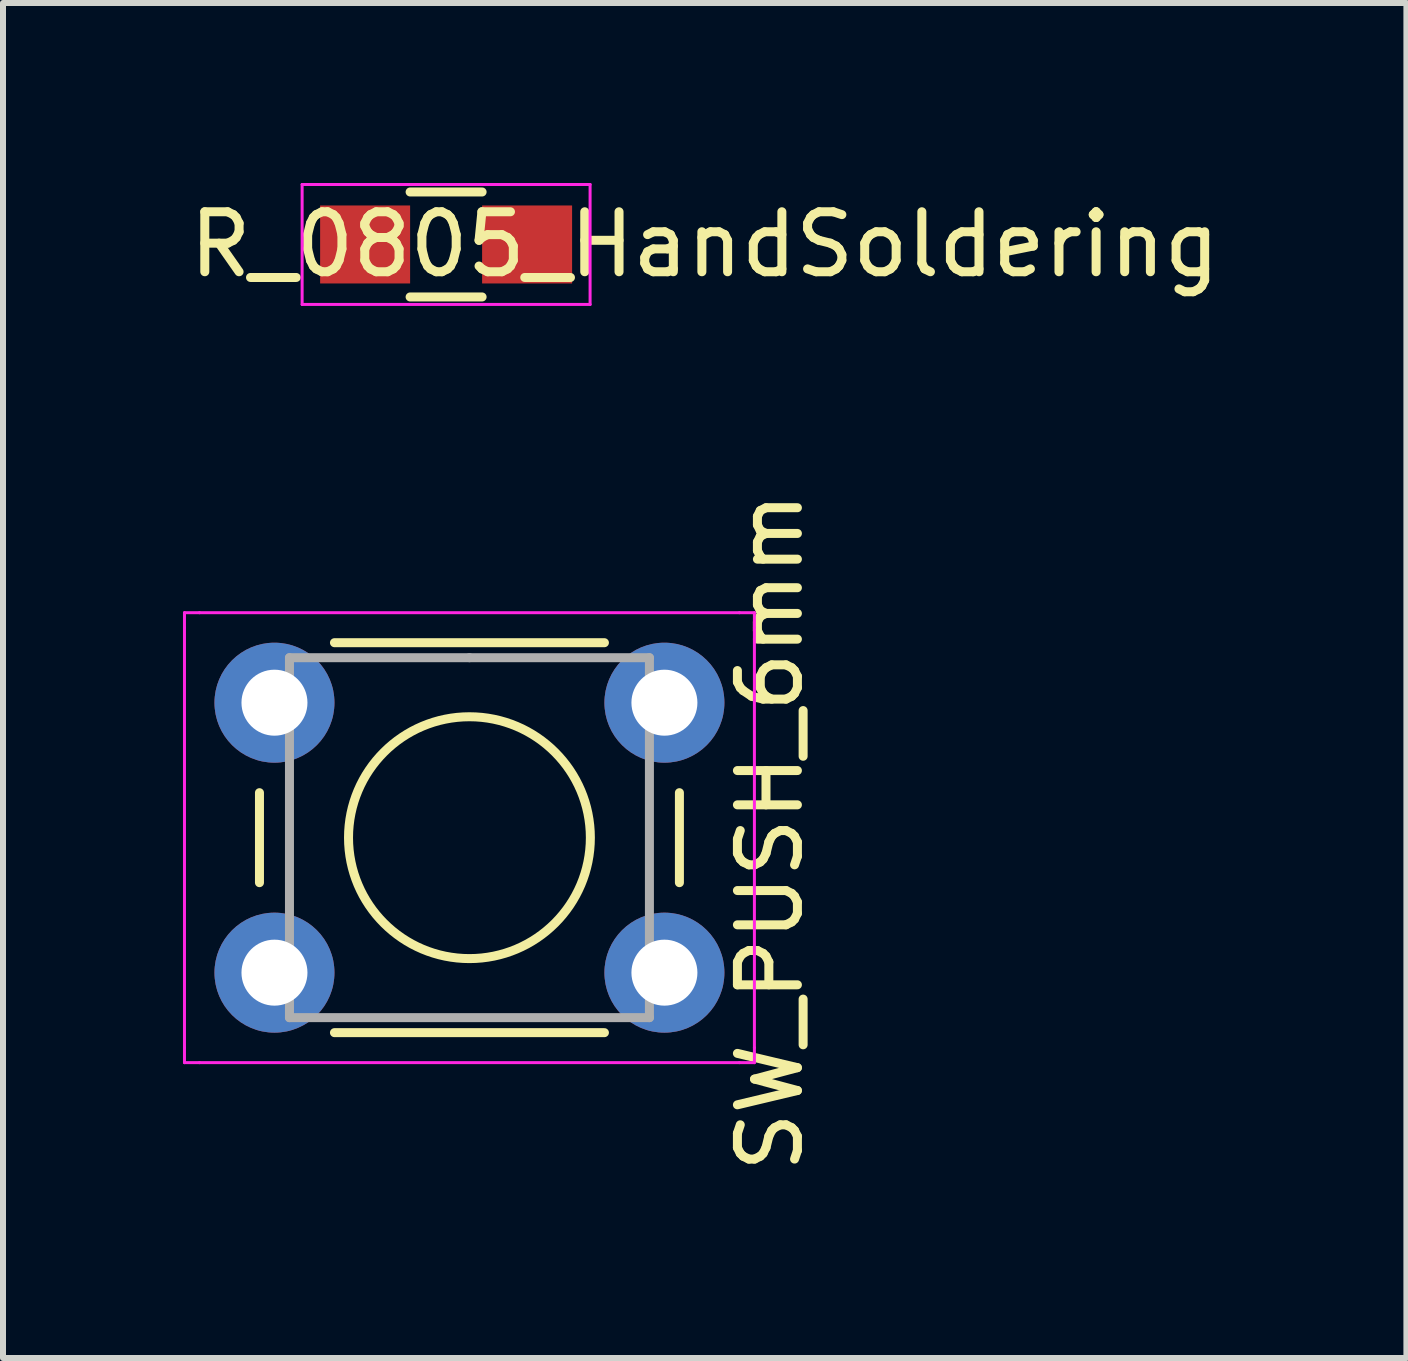
<source format=kicad_pcb>
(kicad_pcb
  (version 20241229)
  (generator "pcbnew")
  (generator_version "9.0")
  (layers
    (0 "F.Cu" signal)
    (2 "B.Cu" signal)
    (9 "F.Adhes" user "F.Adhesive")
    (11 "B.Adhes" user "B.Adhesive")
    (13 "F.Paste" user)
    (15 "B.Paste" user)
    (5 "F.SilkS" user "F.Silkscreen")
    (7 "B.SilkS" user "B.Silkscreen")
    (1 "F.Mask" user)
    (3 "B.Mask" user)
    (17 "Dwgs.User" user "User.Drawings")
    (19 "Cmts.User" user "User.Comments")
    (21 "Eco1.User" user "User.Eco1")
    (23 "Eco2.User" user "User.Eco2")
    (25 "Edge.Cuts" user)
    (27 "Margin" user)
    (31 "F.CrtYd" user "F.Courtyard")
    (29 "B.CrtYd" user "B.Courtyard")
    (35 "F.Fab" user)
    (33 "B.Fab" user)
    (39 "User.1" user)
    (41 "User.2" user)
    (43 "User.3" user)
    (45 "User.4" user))
  (footprint "R_0805_HandSoldering"
    (layer "F.Cu")
    (at 4.386 1.025)
    (property "Reference" "R_0805_HandSoldering" (at 4.311 0 0) (layer "F.SilkS") (effects (font (size 1 1) (thickness 0.15))))
    (attr smd)
    (fp_line (start -0.6 -0.875) (end 0.6 -0.875) (stroke (width 0.15) (type solid)) (layer "F.SilkS"))
    (fp_line (start 0.6 0.875) (end -0.6 0.875) (stroke (width 0.15) (type solid)) (layer "F.SilkS"))
    (fp_line (start -2.4 -1) (end -2.4 1) (stroke (width 0.05) (type solid)) (layer "F.CrtYd"))
    (fp_line (start -2.4 -1) (end 2.4 -1) (stroke (width 0.05) (type solid)) (layer "F.CrtYd"))
    (fp_line (start -2.4 1) (end 2.4 1) (stroke (width 0.05) (type solid)) (layer "F.CrtYd"))
    (fp_line (start 2.4 -1) (end 2.4 1) (stroke (width 0.05) (type solid)) (layer "F.CrtYd"))
    (pad "1" smd rect (at -1.35 0) (size 1.5 1.3) (layers "F.Cu" "F.Mask" "F.Paste"))
    (pad "2" smd rect (at 1.35 0) (size 1.5 1.3) (layers "F.Cu" "F.Mask" "F.Paste")))
  (footprint "SW_PUSH_6mm"
    (layer "F.Cu")
    (at 1.525 8.663)
    (property "Reference" "SW_PUSH_6mm" (at 8.262 2.155 270) (layer "F.SilkS") (effects (font (size 1 1) (thickness 0.15))))
    (attr through_hole)
    (fp_line (start -0.25 1.5) (end -0.25 3) (stroke (width 0.15) (type solid)) (layer "F.SilkS"))
    (fp_line (start 1 5.5) (end 5.5 5.5) (stroke (width 0.15) (type solid)) (layer "F.SilkS"))
    (fp_line (start 5.5 -1) (end 1 -1) (stroke (width 0.15) (type solid)) (layer "F.SilkS"))
    (fp_line (start 6.75 3) (end 6.75 1.5) (stroke (width 0.15) (type solid)) (layer "F.SilkS"))
    (fp_circle (center 3.25 2.25) (end 1.25 2.5) (stroke (width 0.15) (type solid)) (fill no) (layer "F.SilkS"))
    (fp_line (start -1.5 -1.5) (end -1.25 -1.5) (stroke (width 0.05) (type solid)) (layer "F.CrtYd"))
    (fp_line (start -1.5 -1.25) (end -1.5 -1.5) (stroke (width 0.05) (type solid)) (layer "F.CrtYd"))
    (fp_line (start -1.5 5.75) (end -1.5 -1.25) (stroke (width 0.05) (type solid)) (layer "F.CrtYd"))
    (fp_line (start -1.5 5.75) (end -1.5 6) (stroke (width 0.05) (type solid)) (layer "F.CrtYd"))
    (fp_line (start -1.5 6) (end -1.25 6) (stroke (width 0.05) (type solid)) (layer "F.CrtYd"))
    (fp_line (start -1.25 -1.5) (end 7.75 -1.5) (stroke (width 0.05) (type solid)) (layer "F.CrtYd"))
    (fp_line (start 7.75 -1.5) (end 8 -1.5) (stroke (width 0.05) (type solid)) (layer "F.CrtYd"))
    (fp_line (start 7.75 6) (end -1.25 6) (stroke (width 0.05) (type solid)) (layer "F.CrtYd"))
    (fp_line (start 7.75 6) (end 8 6) (stroke (width 0.05) (type solid)) (layer "F.CrtYd"))
    (fp_line (start 8 -1.5) (end 8 -1.25) (stroke (width 0.05) (type solid)) (layer "F.CrtYd"))
    (fp_line (start 8 -1.25) (end 8 5.75) (stroke (width 0.05) (type solid)) (layer "F.CrtYd"))
    (fp_line (start 8 6) (end 8 5.75) (stroke (width 0.05) (type solid)) (layer "F.CrtYd"))
    (fp_line (start 0.25 -0.75) (end 3.25 -0.75) (stroke (width 0.15) (type solid)) (layer "F.Fab"))
    (fp_line (start 0.25 5.25) (end 0.25 -0.75) (stroke (width 0.15) (type solid)) (layer "F.Fab"))
    (fp_line (start 3.25 -0.75) (end 6.25 -0.75) (stroke (width 0.15) (type solid)) (layer "F.Fab"))
    (fp_line (start 6.25 -0.75) (end 6.25 5.25) (stroke (width 0.15) (type solid)) (layer "F.Fab"))
    (fp_line (start 6.25 5.25) (end 0.25 5.25) (stroke (width 0.15) (type solid)) (layer "F.Fab"))
    (pad "1" thru_hole circle (at 0 0 90) (size 2 2) (drill 1.1) (layers "*.Cu" "*.Mask"))
    (pad "1" thru_hole circle (at 6.5 0 90) (size 2 2) (drill 1.1) (layers "*.Cu" "*.Mask"))
    (pad "2" thru_hole circle (at 0 4.5 90) (size 2 2) (drill 1.1) (layers "*.Cu" "*.Mask"))
    (pad "2" thru_hole circle (at 6.5 4.5 90) (size 2 2) (drill 1.1) (layers "*.Cu" "*.Mask")))
  (gr_rect
    (start -3 -3)
    (end 20.393 19.586)
    (stroke (width 0.1) (type default))
    (fill no)
    (layer "Edge.Cuts")))
</source>
